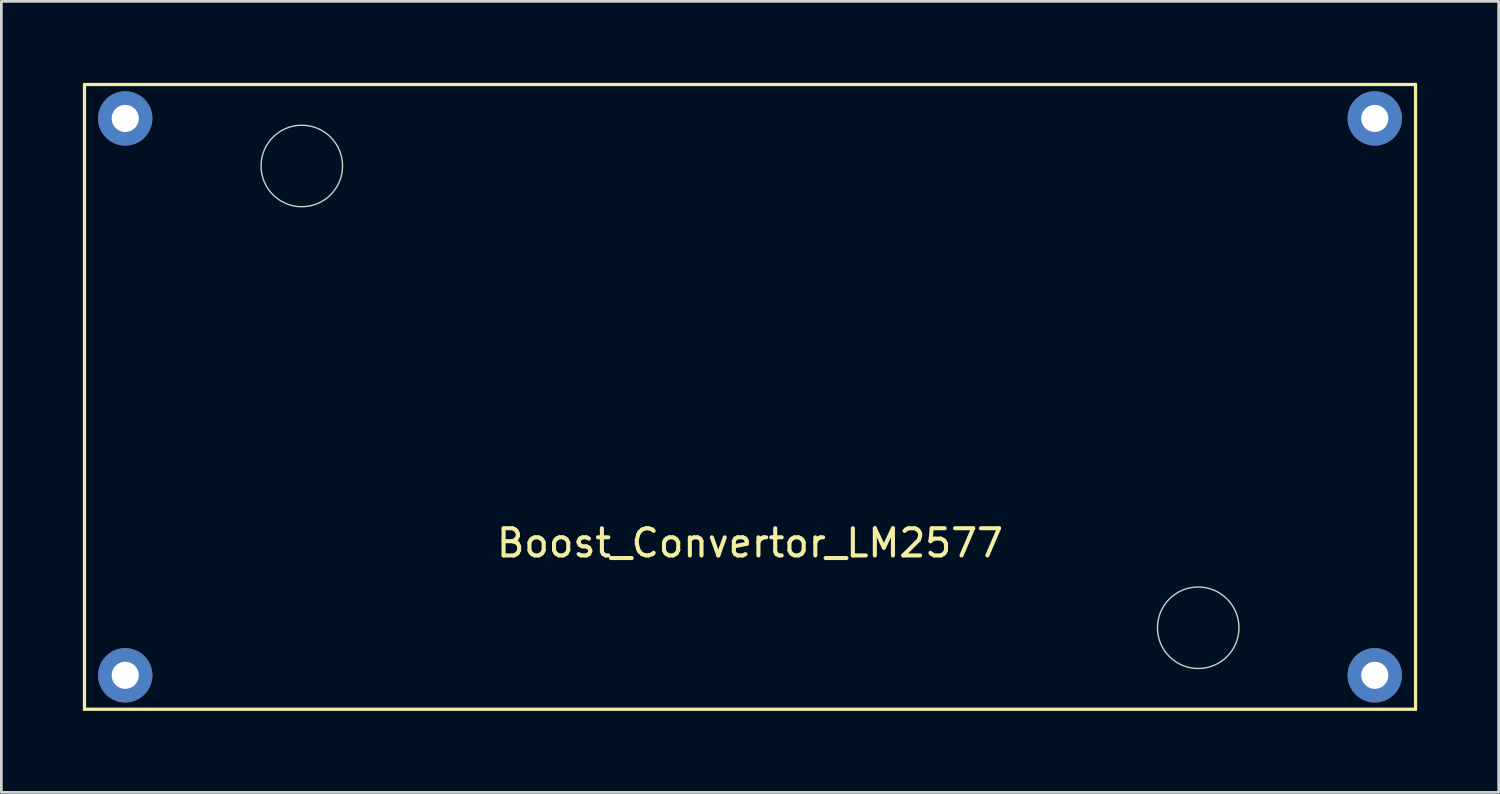
<source format=kicad_pcb>
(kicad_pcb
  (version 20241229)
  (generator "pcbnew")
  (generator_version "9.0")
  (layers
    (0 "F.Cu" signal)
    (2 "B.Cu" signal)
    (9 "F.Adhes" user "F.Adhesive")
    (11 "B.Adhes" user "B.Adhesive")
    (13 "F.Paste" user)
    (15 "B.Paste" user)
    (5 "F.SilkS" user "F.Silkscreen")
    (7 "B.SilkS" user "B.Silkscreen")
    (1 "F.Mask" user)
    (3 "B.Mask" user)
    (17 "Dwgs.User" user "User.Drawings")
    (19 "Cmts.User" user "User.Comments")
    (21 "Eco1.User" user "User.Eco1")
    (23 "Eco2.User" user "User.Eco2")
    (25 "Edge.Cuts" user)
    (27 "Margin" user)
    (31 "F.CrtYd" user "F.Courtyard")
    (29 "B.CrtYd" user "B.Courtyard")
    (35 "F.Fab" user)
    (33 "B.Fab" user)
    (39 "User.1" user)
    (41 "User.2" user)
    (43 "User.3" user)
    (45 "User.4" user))
  (footprint "Boost_Convertor_LM2577"
    (layer "F.Cu")
    (at 24.56 11.56)
    (property "Reference" "Boost_Convertor_LM2577" (at 0 5.382 0) (layer "F.SilkS") (effects (font (size 1 1) (thickness 0.15))))
    (attr through_hole)
    (fp_line (start -24.5 -11.5) (end -24.5 11.5) (stroke (width 0.12) (type solid)) (layer "F.SilkS"))
    (fp_line (start -24.5 -11.5) (end 24.5 -11.5) (stroke (width 0.12) (type solid)) (layer "F.SilkS"))
    (fp_line (start -24.5 11.5) (end 24.5 11.5) (stroke (width 0.12) (type solid)) (layer "F.SilkS"))
    (fp_line (start 24.5 11.5) (end 24.5 -11.5) (stroke (width 0.12) (type solid)) (layer "F.SilkS"))
    (fp_circle (center -16.5 -8.5) (end -15 -8.5) (stroke (width 0.05) (type default)) (fill no) (layer "Edge.Cuts"))
    (fp_circle (center 16.5 8.5) (end 18 8.5) (stroke (width 0.05) (type default)) (fill no) (layer "Edge.Cuts"))
    (pad "1" thru_hole circle (at -23 -10.25) (size 2 2) (drill 1) (layers "*.Cu" "*.Mask"))
    (pad "2" thru_hole circle (at -23 10.25) (size 2 2) (drill 1) (layers "*.Cu" "*.Mask"))
    (pad "3" thru_hole circle (at 23 -10.25) (size 2 2) (drill 1) (layers "*.Cu" "*.Mask"))
    (pad "4" thru_hole circle (at 23 10.25) (size 2 2) (drill 1) (layers "*.Cu" "*.Mask")))
  (gr_rect
    (start -3 -3)
    (end 52.12 26.12)
    (stroke (width 0.1) (type default))
    (fill no)
    (layer "Edge.Cuts")))
</source>
